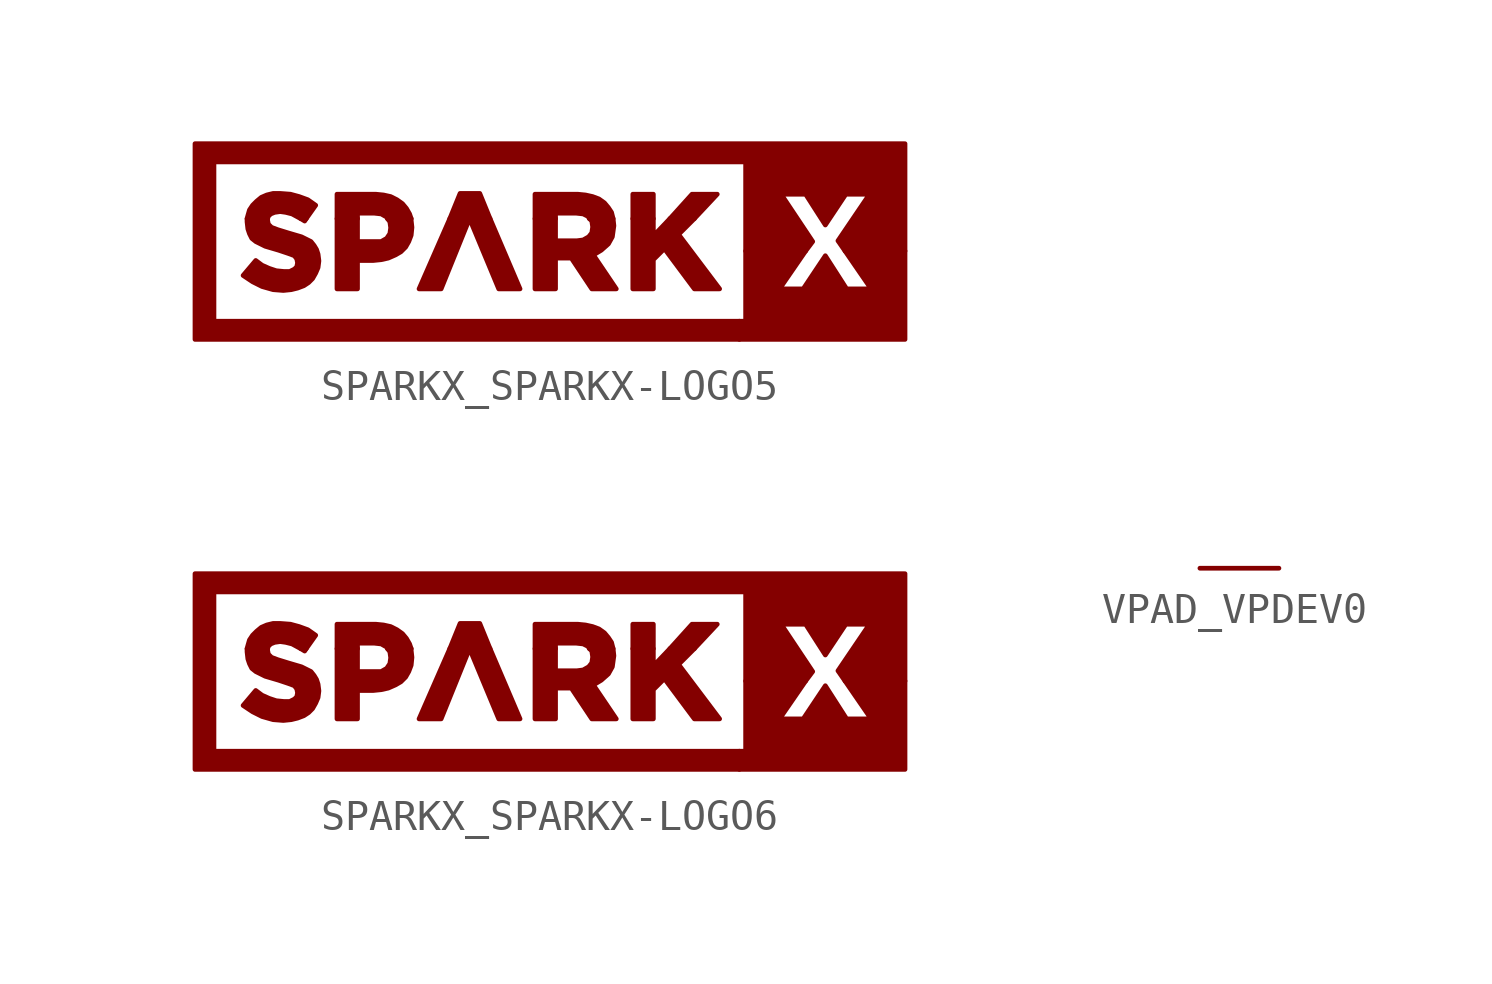
<source format=kicad_sym>
(kicad_symbol_lib
  (version 20220914)
  (generator kicad_symbol_editor)
  (symbol "SPARKX_SPARKX-LOGO5"
    (pin_numbers hide)
    (pin_names
      (offset 1.016) hide)
    (property "Reference" "M"
      (at 0 0 0)
      (effects (font (size 1.143 1.143)) hide))
    (property "ki_locked" ""
      (at 0 0 0)
      (effects (font (size 1.27 1.27))))
    (symbol "SPARKX_SPARKX-LOGO5_1_1"
      (polyline (pts (xy -7.849 0.737) (xy -8.026 0.737) (xy -8.026 0.737) (xy -7.899 0.66) (xy -7.899 0.66) (xy -7.849 0.737)) (stroke (width 0) (type solid)) (fill (type outline)))
      (polyline (pts (xy -1.93 0.737) (xy -2.261 1.549) (xy -2.261 1.549) (xy -2.896 1.549) (xy -2.896 1.549) (xy -3.226 0.737) (xy -3.226 0.737) (xy -1.93 0.737)) (stroke (width 0) (type solid)) (fill (type outline)))
      (polyline (pts (xy 3.327 0.737) (xy 3.327 1.524) (xy 3.327 1.524) (xy 2.667 1.524) (xy 2.667 1.524) (xy 2.667 0.737) (xy 2.667 0.737) (xy 3.327 0.737)) (stroke (width 0) (type solid)) (fill (type outline)))
      (polyline (pts (xy 4.648 0.737) (xy 5.385 1.524) (xy 5.385 1.524) (xy 4.572 1.524) (xy 4.572 1.524) (xy 3.861 0.737) (xy 3.861 0.737) (xy 4.648 0.737)) (stroke (width 0) (type solid)) (fill (type outline)))
      (polyline (pts (xy -1.93 0.737) (xy -3.226 0.737) (xy -3.226 0.737) (xy -4.216 -1.524) (xy -4.216 -1.524) (xy -3.505 -1.524) (xy -3.505 -1.524) (xy -2.591 0.737) (xy -2.591 0.737) (xy -1.651 -1.524) (xy -1.651 -1.524) (xy -0.965 -1.524) (xy -0.965 -1.524) (xy -1.93 0.737)) (stroke (width 0) (type solid)) (fill (type outline)))
      (polyline (pts (xy 4.648 0.737) (xy 3.861 0.737) (xy 3.861 0.737) (xy 3.327 0.178) (xy 3.327 0.178) (xy 3.327 0.737) (xy 3.327 0.737) (xy 2.667 0.737) (xy 2.667 0.737) (xy 2.667 -1.524) (xy 2.667 -1.524) (xy 3.327 -1.524) (xy 3.327 -1.524) (xy 3.327 -0.584) (xy 3.327 -0.584) (xy 3.683 -0.229) (xy 3.683 -0.229) (xy 4.648 -1.524) (xy 4.648 -1.524) (xy 5.461 -1.524) (xy 5.461 -1.524) (xy 4.14 0.229) (xy 4.14 0.229) (xy 4.648 0.737)) (stroke (width 0) (type solid)) (fill (type outline)))
      (polyline (pts (xy 11.43 -0.305) (xy 9.5 -0.305) (xy 9.5 -0.305) (xy 10.338 -1.524) (xy 10.338 -1.524) (xy 10.338 -1.524) (xy 10.338 -1.524) (xy 9.55 -1.524) (xy 9.55 -1.524) (xy 8.865 -0.457) (xy 8.865 -0.457) (xy 8.153 -1.524) (xy 8.153 -1.524) (xy 7.391 -1.524) (xy 7.391 -1.524) (xy 8.23 -0.305) (xy 8.23 -0.305) (xy 6.299 -0.305) (xy 6.299 -0.305) (xy 6.299 -2.565) (xy 6.299 -2.565) (xy 6.096 -2.565) (xy 6.096 -2.565) (xy 6.096 -3.15) (xy 6.096 -3.15) (xy 6.299 -3.15) (xy 6.299 -3.15) (xy 11.43 -3.15) (xy 11.43 -3.15) (xy 11.43 -0.305)) (stroke (width 0) (type solid)) (fill (type outline)))
      (polyline (pts (xy -4.47 0.737) (xy -4.521 0.889) (xy -4.521 0.889) (xy -4.623 1.067) (xy -4.623 1.067) (xy -4.75 1.219) (xy -4.75 1.219) (xy -4.928 1.346) (xy -4.928 1.346) (xy -5.131 1.448) (xy -5.131 1.448) (xy -5.359 1.499) (xy -5.359 1.499) (xy -5.613 1.524) (xy -5.613 1.524) (xy -6.858 1.524) (xy -6.858 1.524) (xy -6.858 0.737) (xy -6.858 0.737) (xy -6.198 0.737) (xy -6.198 0.737) (xy -6.198 0.914) (xy -6.198 0.914) (xy -5.664 0.914) (xy -5.664 0.914) (xy -5.436 0.889) (xy -5.436 0.889) (xy -5.258 0.787) (xy -5.258 0.787) (xy -5.232 0.737) (xy -5.232 0.737) (xy -4.47 0.737)) (stroke (width 0) (type solid)) (fill (type outline)))
      (polyline (pts (xy 2.032 0.737) (xy 1.981 0.94) (xy 1.981 0.94) (xy 1.88 1.092) (xy 1.88 1.092) (xy 1.753 1.245) (xy 1.753 1.245) (xy 1.575 1.372) (xy 1.575 1.372) (xy 1.372 1.448) (xy 1.372 1.448) (xy 1.143 1.499) (xy 1.143 1.499) (xy 0.889 1.524) (xy 0.889 1.524) (xy -0.483 1.524) (xy -0.483 1.524) (xy -0.483 0.737) (xy -0.483 0.737) (xy 0.178 0.737) (xy 0.178 0.737) (xy 0.178 0.914) (xy 0.178 0.914) (xy 0.838 0.914) (xy 0.838 0.914) (xy 1.067 0.889) (xy 1.067 0.889) (xy 1.219 0.813) (xy 1.219 0.813) (xy 1.27 0.737) (xy 1.27 0.737) (xy 2.032 0.737)) (stroke (width 0) (type solid)) (fill (type outline)))
      (polyline (pts (xy -11.43 3.15) (xy -11.43 -3.15) (xy -11.43 -3.15) (xy 6.096 -3.15) (xy 6.096 -3.15) (xy 6.096 -2.565) (xy 6.096 -2.565) (xy -10.82 -2.565) (xy -10.82 -2.565) (xy -10.82 2.565) (xy -10.82 2.565) (xy 6.299 2.565) (xy 6.299 2.565) (xy 6.299 -0.305) (xy 6.299 -0.305) (xy 8.23 -0.305) (xy 8.23 -0.305) (xy 8.458 0) (xy 8.458 0) (xy 7.442 1.524) (xy 7.442 1.524) (xy 8.23 1.524) (xy 8.23 1.524) (xy 8.865 0.533) (xy 8.865 0.533) (xy 9.525 1.524) (xy 9.525 1.524) (xy 10.287 1.524) (xy 10.287 1.524) (xy 9.271 0.025) (xy 9.271 0.025) (xy 9.5 -0.305) (xy 9.5 -0.305) (xy 11.43 -0.305) (xy 11.43 -0.305) (xy 11.43 3.15) (xy 11.43 3.15) (xy 6.299 3.15) (xy 6.299 3.15) (xy -11.43 3.15)) (stroke (width 0) (type solid)) (fill (type outline)))
      (polyline (pts (xy -8.687 1.549) (xy -8.915 1.549) (xy -8.915 1.549) (xy -9.119 1.499) (xy -9.119 1.499) (xy -9.296 1.422) (xy -9.296 1.422) (xy -9.449 1.295) (xy -9.449 1.295) (xy -9.576 1.168) (xy -9.576 1.168) (xy -9.677 1.016) (xy -9.677 1.016) (xy -9.728 0.838) (xy -9.728 0.838) (xy -9.754 0.737) (xy -9.754 0.737) (xy -9.093 0.737) (xy -9.093 0.737) (xy -9.068 0.813) (xy -9.068 0.813) (xy -8.992 0.889) (xy -8.992 0.889) (xy -8.865 0.94) (xy -8.865 0.94) (xy -8.687 0.965) (xy -8.687 0.965) (xy -8.509 0.94) (xy -8.509 0.94) (xy -8.306 0.889) (xy -8.306 0.889) (xy -8.026 0.737) (xy -8.026 0.737) (xy -7.849 0.737) (xy -7.849 0.737) (xy -7.544 1.168) (xy -7.544 1.168) (xy -7.798 1.346) (xy -7.798 1.346) (xy -8.077 1.448) (xy -8.077 1.448) (xy -8.357 1.524) (xy -8.357 1.524) (xy -8.687 1.549)) (stroke (width 0) (type solid)) (fill (type outline)))
      (polyline (pts (xy 2.032 0.737) (xy 1.27 0.737) (xy 1.27 0.737) (xy 1.346 0.66) (xy 1.346 0.66) (xy 1.372 0.483) (xy 1.372 0.483) (xy 1.372 0.457) (xy 1.372 0.457) (xy 1.346 0.279) (xy 1.346 0.279) (xy 1.245 0.152) (xy 1.245 0.152) (xy 1.067 0.051) (xy 1.067 0.051) (xy 0.864 0.025) (xy 0.864 0.025) (xy 0.178 0.025) (xy 0.178 0.025) (xy 0.178 0.737) (xy 0.178 0.737) (xy -0.483 0.737) (xy -0.483 0.737) (xy -0.483 -1.524) (xy -0.483 -1.524) (xy 0.178 -1.524) (xy 0.178 -1.524) (xy 0.178 -0.533) (xy 0.178 -0.533) (xy 0.686 -0.533) (xy 0.686 -0.533) (xy 1.346 -1.524) (xy 1.346 -1.524) (xy 2.134 -1.524) (xy 2.134 -1.524) (xy 1.397 -0.432) (xy 1.397 -0.432) (xy 1.651 -0.279) (xy 1.651 -0.279) (xy 1.88 -0.076) (xy 1.88 -0.076) (xy 2.007 0.152) (xy 2.007 0.152) (xy 2.057 0.508) (xy 2.057 0.508) (xy 2.057 0.508) (xy 2.057 0.508) (xy 2.032 0.737) (xy 2.032 0.737) (xy 2.032 0.737)) (stroke (width 0) (type solid)) (fill (type outline)))
      (polyline (pts (xy -4.47 0.737) (xy -5.232 0.737) (xy -5.232 0.737) (xy -5.156 0.635) (xy -5.156 0.635) (xy -5.131 0.457) (xy -5.131 0.457) (xy -5.131 0.432) (xy -5.131 0.432) (xy -5.156 0.254) (xy -5.156 0.254) (xy -5.258 0.102) (xy -5.258 0.102) (xy -5.436 0) (xy -5.436 0) (xy -5.664 0) (xy -5.664 0) (xy -6.198 0) (xy -6.198 0) (xy -6.198 0.737) (xy -6.198 0.737) (xy -6.858 0.737) (xy -6.858 0.737) (xy -6.858 -1.524) (xy -6.858 -1.524) (xy -6.198 -1.524) (xy -6.198 -1.524) (xy -6.198 -0.61) (xy -6.198 -0.61) (xy -5.69 -0.61) (xy -5.69 -0.61) (xy -5.436 -0.584) (xy -5.436 -0.584) (xy -5.207 -0.533) (xy -5.207 -0.533) (xy -4.978 -0.432) (xy -4.978 -0.432) (xy -4.801 -0.33) (xy -4.801 -0.33) (xy -4.648 -0.178) (xy -4.648 -0.178) (xy -4.547 0) (xy -4.547 0) (xy -4.47 0.203) (xy -4.47 0.203) (xy -4.445 0.457) (xy -4.445 0.457) (xy -4.445 0.457) (xy -4.445 0.457) (xy -4.445 0.457) (xy -4.445 0.457) (xy -4.47 0.686) (xy -4.47 0.686) (xy -4.47 0.737)) (stroke (width 0) (type solid)) (fill (type outline)))
      (polyline (pts (xy -9.093 0.737) (xy -9.754 0.737) (xy -9.754 0.737) (xy -9.754 0.635) (xy -9.754 0.635) (xy -9.754 0.635) (xy -9.754 0.635) (xy -9.728 0.406) (xy -9.728 0.406) (xy -9.677 0.254) (xy -9.677 0.254) (xy -9.601 0.102) (xy -9.601 0.102) (xy -9.474 0) (xy -9.474 0) (xy -9.169 -0.152) (xy -9.169 -0.152) (xy -8.738 -0.279) (xy -8.738 -0.279) (xy -8.433 -0.381) (xy -8.433 -0.381) (xy -8.23 -0.457) (xy -8.23 -0.457) (xy -8.153 -0.559) (xy -8.153 -0.559) (xy -8.128 -0.686) (xy -8.128 -0.686) (xy -8.128 -0.686) (xy -8.128 -0.686) (xy -8.153 -0.813) (xy -8.153 -0.813) (xy -8.23 -0.889) (xy -8.23 -0.889) (xy -8.382 -0.965) (xy -8.382 -0.965) (xy -8.56 -0.965) (xy -8.56 -0.965) (xy -8.814 -0.94) (xy -8.814 -0.94) (xy -9.042 -0.864) (xy -9.042 -0.864) (xy -9.271 -0.762) (xy -9.271 -0.762) (xy -9.474 -0.61) (xy -9.474 -0.61) (xy -9.881 -1.092) (xy -9.881 -1.092) (xy -9.576 -1.295) (xy -9.576 -1.295) (xy -9.271 -1.448) (xy -9.271 -1.448) (xy -8.915 -1.549) (xy -8.915 -1.549) (xy -8.585 -1.575) (xy -8.585 -1.575) (xy -8.331 -1.549) (xy -8.331 -1.549) (xy -8.128 -1.499) (xy -8.128 -1.499) (xy -7.925 -1.422) (xy -7.925 -1.422) (xy -7.772 -1.321) (xy -7.772 -1.321) (xy -7.645 -1.194) (xy -7.645 -1.194) (xy -7.544 -1.016) (xy -7.544 -1.016) (xy -7.468 -0.838) (xy -7.468 -0.838) (xy -7.442 -0.635) (xy -7.442 -0.635) (xy -7.442 -0.61) (xy -7.442 -0.61) (xy -7.442 -0.61) (xy -7.442 -0.61) (xy -7.468 -0.406) (xy -7.468 -0.406) (xy -7.518 -0.254) (xy -7.518 -0.254) (xy -7.595 -0.127) (xy -7.595 -0.127) (xy -7.696 0) (xy -7.696 0) (xy -8.001 0.152) (xy -8.001 0.152) (xy -8.433 0.279) (xy -8.433 0.279) (xy -8.763 0.381) (xy -8.763 0.381) (xy -8.966 0.457) (xy -8.966 0.457) (xy -9.068 0.559) (xy -9.068 0.559) (xy -9.093 0.686) (xy -9.093 0.686) (xy -9.093 0.686) (xy -9.093 0.686) (xy -9.093 0.737)) (stroke (width 0) (type solid)) (fill (type outline)))))
  (symbol "SPARKX_SPARKX-LOGO6"
    (pin_numbers hide)
    (pin_names
      (offset 1.016) hide)
    (property "Reference" "M"
      (at 0 0 0)
      (effects (font (size 1.143 1.143)) hide))
    (property "ki_locked" ""
      (at 0 0 0)
      (effects (font (size 1.27 1.27))))
    (symbol "SPARKX_SPARKX-LOGO6_1_1"
      (polyline (pts (xy -7.849 0.737) (xy -8.026 0.737) (xy -8.026 0.737) (xy -7.899 0.66) (xy -7.899 0.66) (xy -7.849 0.737)) (stroke (width 0) (type solid)) (fill (type outline)))
      (polyline (pts (xy -1.93 0.737) (xy -2.261 1.549) (xy -2.261 1.549) (xy -2.896 1.549) (xy -2.896 1.549) (xy -3.226 0.737) (xy -3.226 0.737) (xy -1.93 0.737)) (stroke (width 0) (type solid)) (fill (type outline)))
      (polyline (pts (xy 3.327 0.737) (xy 3.327 1.524) (xy 3.327 1.524) (xy 2.667 1.524) (xy 2.667 1.524) (xy 2.667 0.737) (xy 2.667 0.737) (xy 3.327 0.737)) (stroke (width 0) (type solid)) (fill (type outline)))
      (polyline (pts (xy 4.648 0.737) (xy 5.385 1.524) (xy 5.385 1.524) (xy 4.572 1.524) (xy 4.572 1.524) (xy 3.861 0.737) (xy 3.861 0.737) (xy 4.648 0.737)) (stroke (width 0) (type solid)) (fill (type outline)))
      (polyline (pts (xy -1.93 0.737) (xy -3.226 0.737) (xy -3.226 0.737) (xy -4.216 -1.524) (xy -4.216 -1.524) (xy -3.505 -1.524) (xy -3.505 -1.524) (xy -2.591 0.737) (xy -2.591 0.737) (xy -1.651 -1.524) (xy -1.651 -1.524) (xy -0.965 -1.524) (xy -0.965 -1.524) (xy -1.93 0.737)) (stroke (width 0) (type solid)) (fill (type outline)))
      (polyline (pts (xy 4.648 0.737) (xy 3.861 0.737) (xy 3.861 0.737) (xy 3.327 0.178) (xy 3.327 0.178) (xy 3.327 0.737) (xy 3.327 0.737) (xy 2.667 0.737) (xy 2.667 0.737) (xy 2.667 -1.524) (xy 2.667 -1.524) (xy 3.327 -1.524) (xy 3.327 -1.524) (xy 3.327 -0.584) (xy 3.327 -0.584) (xy 3.683 -0.229) (xy 3.683 -0.229) (xy 4.648 -1.524) (xy 4.648 -1.524) (xy 5.461 -1.524) (xy 5.461 -1.524) (xy 4.14 0.229) (xy 4.14 0.229) (xy 4.648 0.737)) (stroke (width 0) (type solid)) (fill (type outline)))
      (polyline (pts (xy 11.43 -0.305) (xy 9.5 -0.305) (xy 9.5 -0.305) (xy 10.338 -1.524) (xy 10.338 -1.524) (xy 10.338 -1.524) (xy 10.338 -1.524) (xy 9.55 -1.524) (xy 9.55 -1.524) (xy 8.865 -0.457) (xy 8.865 -0.457) (xy 8.153 -1.524) (xy 8.153 -1.524) (xy 7.391 -1.524) (xy 7.391 -1.524) (xy 8.23 -0.305) (xy 8.23 -0.305) (xy 6.299 -0.305) (xy 6.299 -0.305) (xy 6.299 -2.565) (xy 6.299 -2.565) (xy 6.096 -2.565) (xy 6.096 -2.565) (xy 6.096 -3.15) (xy 6.096 -3.15) (xy 6.299 -3.15) (xy 6.299 -3.15) (xy 11.43 -3.15) (xy 11.43 -3.15) (xy 11.43 -0.305)) (stroke (width 0) (type solid)) (fill (type outline)))
      (polyline (pts (xy -4.47 0.737) (xy -4.521 0.889) (xy -4.521 0.889) (xy -4.623 1.067) (xy -4.623 1.067) (xy -4.75 1.219) (xy -4.75 1.219) (xy -4.928 1.346) (xy -4.928 1.346) (xy -5.131 1.448) (xy -5.131 1.448) (xy -5.359 1.499) (xy -5.359 1.499) (xy -5.613 1.524) (xy -5.613 1.524) (xy -6.858 1.524) (xy -6.858 1.524) (xy -6.858 0.737) (xy -6.858 0.737) (xy -6.198 0.737) (xy -6.198 0.737) (xy -6.198 0.914) (xy -6.198 0.914) (xy -5.664 0.914) (xy -5.664 0.914) (xy -5.436 0.889) (xy -5.436 0.889) (xy -5.258 0.787) (xy -5.258 0.787) (xy -5.232 0.737) (xy -5.232 0.737) (xy -4.47 0.737)) (stroke (width 0) (type solid)) (fill (type outline)))
      (polyline (pts (xy 2.032 0.737) (xy 1.981 0.94) (xy 1.981 0.94) (xy 1.88 1.092) (xy 1.88 1.092) (xy 1.753 1.245) (xy 1.753 1.245) (xy 1.575 1.372) (xy 1.575 1.372) (xy 1.372 1.448) (xy 1.372 1.448) (xy 1.143 1.499) (xy 1.143 1.499) (xy 0.889 1.524) (xy 0.889 1.524) (xy -0.483 1.524) (xy -0.483 1.524) (xy -0.483 0.737) (xy -0.483 0.737) (xy 0.178 0.737) (xy 0.178 0.737) (xy 0.178 0.914) (xy 0.178 0.914) (xy 0.838 0.914) (xy 0.838 0.914) (xy 1.067 0.889) (xy 1.067 0.889) (xy 1.219 0.813) (xy 1.219 0.813) (xy 1.27 0.737) (xy 1.27 0.737) (xy 2.032 0.737)) (stroke (width 0) (type solid)) (fill (type outline)))
      (polyline (pts (xy -11.43 3.15) (xy -11.43 -3.15) (xy -11.43 -3.15) (xy 6.096 -3.15) (xy 6.096 -3.15) (xy 6.096 -2.565) (xy 6.096 -2.565) (xy -10.82 -2.565) (xy -10.82 -2.565) (xy -10.82 2.565) (xy -10.82 2.565) (xy 6.299 2.565) (xy 6.299 2.565) (xy 6.299 -0.305) (xy 6.299 -0.305) (xy 8.23 -0.305) (xy 8.23 -0.305) (xy 8.458 0) (xy 8.458 0) (xy 7.442 1.524) (xy 7.442 1.524) (xy 8.23 1.524) (xy 8.23 1.524) (xy 8.865 0.533) (xy 8.865 0.533) (xy 9.525 1.524) (xy 9.525 1.524) (xy 10.287 1.524) (xy 10.287 1.524) (xy 9.271 0.025) (xy 9.271 0.025) (xy 9.5 -0.305) (xy 9.5 -0.305) (xy 11.43 -0.305) (xy 11.43 -0.305) (xy 11.43 3.15) (xy 11.43 3.15) (xy 6.299 3.15) (xy 6.299 3.15) (xy -11.43 3.15)) (stroke (width 0) (type solid)) (fill (type outline)))
      (polyline (pts (xy -8.687 1.549) (xy -8.915 1.549) (xy -8.915 1.549) (xy -9.119 1.499) (xy -9.119 1.499) (xy -9.296 1.422) (xy -9.296 1.422) (xy -9.449 1.295) (xy -9.449 1.295) (xy -9.576 1.168) (xy -9.576 1.168) (xy -9.677 1.016) (xy -9.677 1.016) (xy -9.728 0.838) (xy -9.728 0.838) (xy -9.754 0.737) (xy -9.754 0.737) (xy -9.093 0.737) (xy -9.093 0.737) (xy -9.068 0.813) (xy -9.068 0.813) (xy -8.992 0.889) (xy -8.992 0.889) (xy -8.865 0.94) (xy -8.865 0.94) (xy -8.687 0.965) (xy -8.687 0.965) (xy -8.509 0.94) (xy -8.509 0.94) (xy -8.306 0.889) (xy -8.306 0.889) (xy -8.026 0.737) (xy -8.026 0.737) (xy -7.849 0.737) (xy -7.849 0.737) (xy -7.544 1.168) (xy -7.544 1.168) (xy -7.798 1.346) (xy -7.798 1.346) (xy -8.077 1.448) (xy -8.077 1.448) (xy -8.357 1.524) (xy -8.357 1.524) (xy -8.687 1.549)) (stroke (width 0) (type solid)) (fill (type outline)))
      (polyline (pts (xy 2.032 0.737) (xy 1.27 0.737) (xy 1.27 0.737) (xy 1.346 0.66) (xy 1.346 0.66) (xy 1.372 0.483) (xy 1.372 0.483) (xy 1.372 0.457) (xy 1.372 0.457) (xy 1.346 0.279) (xy 1.346 0.279) (xy 1.245 0.152) (xy 1.245 0.152) (xy 1.067 0.051) (xy 1.067 0.051) (xy 0.864 0.025) (xy 0.864 0.025) (xy 0.178 0.025) (xy 0.178 0.025) (xy 0.178 0.737) (xy 0.178 0.737) (xy -0.483 0.737) (xy -0.483 0.737) (xy -0.483 -1.524) (xy -0.483 -1.524) (xy 0.178 -1.524) (xy 0.178 -1.524) (xy 0.178 -0.533) (xy 0.178 -0.533) (xy 0.686 -0.533) (xy 0.686 -0.533) (xy 1.346 -1.524) (xy 1.346 -1.524) (xy 2.134 -1.524) (xy 2.134 -1.524) (xy 1.397 -0.432) (xy 1.397 -0.432) (xy 1.651 -0.279) (xy 1.651 -0.279) (xy 1.88 -0.076) (xy 1.88 -0.076) (xy 2.007 0.152) (xy 2.007 0.152) (xy 2.057 0.508) (xy 2.057 0.508) (xy 2.057 0.508) (xy 2.057 0.508) (xy 2.032 0.737) (xy 2.032 0.737) (xy 2.032 0.737)) (stroke (width 0) (type solid)) (fill (type outline)))
      (polyline (pts (xy -4.47 0.737) (xy -5.232 0.737) (xy -5.232 0.737) (xy -5.156 0.635) (xy -5.156 0.635) (xy -5.131 0.457) (xy -5.131 0.457) (xy -5.131 0.432) (xy -5.131 0.432) (xy -5.156 0.254) (xy -5.156 0.254) (xy -5.258 0.102) (xy -5.258 0.102) (xy -5.436 0) (xy -5.436 0) (xy -5.664 0) (xy -5.664 0) (xy -6.198 0) (xy -6.198 0) (xy -6.198 0.737) (xy -6.198 0.737) (xy -6.858 0.737) (xy -6.858 0.737) (xy -6.858 -1.524) (xy -6.858 -1.524) (xy -6.198 -1.524) (xy -6.198 -1.524) (xy -6.198 -0.61) (xy -6.198 -0.61) (xy -5.69 -0.61) (xy -5.69 -0.61) (xy -5.436 -0.584) (xy -5.436 -0.584) (xy -5.207 -0.533) (xy -5.207 -0.533) (xy -4.978 -0.432) (xy -4.978 -0.432) (xy -4.801 -0.33) (xy -4.801 -0.33) (xy -4.648 -0.178) (xy -4.648 -0.178) (xy -4.547 0) (xy -4.547 0) (xy -4.47 0.203) (xy -4.47 0.203) (xy -4.445 0.457) (xy -4.445 0.457) (xy -4.445 0.457) (xy -4.445 0.457) (xy -4.445 0.457) (xy -4.445 0.457) (xy -4.47 0.686) (xy -4.47 0.686) (xy -4.47 0.737)) (stroke (width 0) (type solid)) (fill (type outline)))
      (polyline (pts (xy -9.093 0.737) (xy -9.754 0.737) (xy -9.754 0.737) (xy -9.754 0.635) (xy -9.754 0.635) (xy -9.754 0.635) (xy -9.754 0.635) (xy -9.728 0.406) (xy -9.728 0.406) (xy -9.677 0.254) (xy -9.677 0.254) (xy -9.601 0.102) (xy -9.601 0.102) (xy -9.474 0) (xy -9.474 0) (xy -9.169 -0.152) (xy -9.169 -0.152) (xy -8.738 -0.279) (xy -8.738 -0.279) (xy -8.433 -0.381) (xy -8.433 -0.381) (xy -8.23 -0.457) (xy -8.23 -0.457) (xy -8.153 -0.559) (xy -8.153 -0.559) (xy -8.128 -0.686) (xy -8.128 -0.686) (xy -8.128 -0.686) (xy -8.128 -0.686) (xy -8.153 -0.813) (xy -8.153 -0.813) (xy -8.23 -0.889) (xy -8.23 -0.889) (xy -8.382 -0.965) (xy -8.382 -0.965) (xy -8.56 -0.965) (xy -8.56 -0.965) (xy -8.814 -0.94) (xy -8.814 -0.94) (xy -9.042 -0.864) (xy -9.042 -0.864) (xy -9.271 -0.762) (xy -9.271 -0.762) (xy -9.474 -0.61) (xy -9.474 -0.61) (xy -9.881 -1.092) (xy -9.881 -1.092) (xy -9.576 -1.295) (xy -9.576 -1.295) (xy -9.271 -1.448) (xy -9.271 -1.448) (xy -8.915 -1.549) (xy -8.915 -1.549) (xy -8.585 -1.575) (xy -8.585 -1.575) (xy -8.331 -1.549) (xy -8.331 -1.549) (xy -8.128 -1.499) (xy -8.128 -1.499) (xy -7.925 -1.422) (xy -7.925 -1.422) (xy -7.772 -1.321) (xy -7.772 -1.321) (xy -7.645 -1.194) (xy -7.645 -1.194) (xy -7.544 -1.016) (xy -7.544 -1.016) (xy -7.468 -0.838) (xy -7.468 -0.838) (xy -7.442 -0.635) (xy -7.442 -0.635) (xy -7.442 -0.61) (xy -7.442 -0.61) (xy -7.442 -0.61) (xy -7.442 -0.61) (xy -7.468 -0.406) (xy -7.468 -0.406) (xy -7.518 -0.254) (xy -7.518 -0.254) (xy -7.595 -0.127) (xy -7.595 -0.127) (xy -7.696 0) (xy -7.696 0) (xy -8.001 0.152) (xy -8.001 0.152) (xy -8.433 0.279) (xy -8.433 0.279) (xy -8.763 0.381) (xy -8.763 0.381) (xy -8.966 0.457) (xy -8.966 0.457) (xy -9.068 0.559) (xy -9.068 0.559) (xy -9.093 0.686) (xy -9.093 0.686) (xy -9.093 0.686) (xy -9.093 0.686) (xy -9.093 0.737)) (stroke (width 0) (type solid)) (fill (type outline)))))
  (symbol "VPAD_VPDEV0"
    (pin_numbers hide)
    (pin_names
      (offset 1.016) hide)
    (property "Reference" "VP"
      (at 0 0 0)
      (effects (font (size 1.143 1.143)) hide))
    (property "ki_locked" ""
      (at 0 0 0)
      (effects (font (size 1.27 1.27))))
    (symbol "VPAD_VPDEV0_1_1"
      (pin passive line (at 0 0 0) (length 2.54) (name "VP" (effects (font (size 1.016 1.016)))) (number "VP" (effects (font (size 1.016 1.016))))))))
</source>
